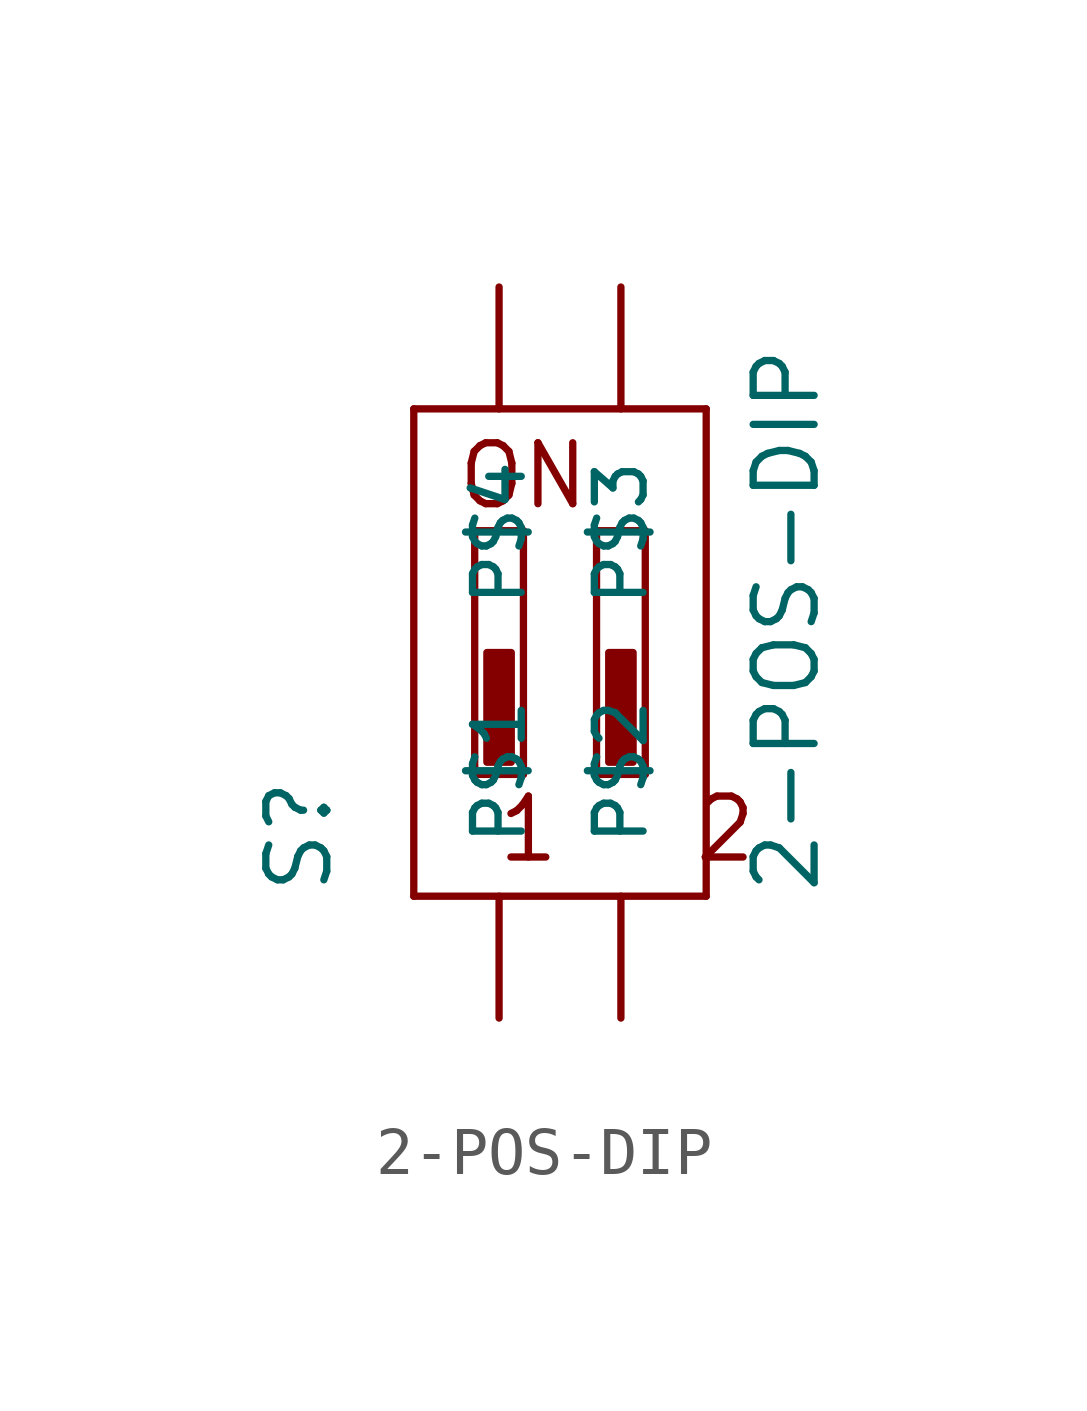
<source format=kicad_sym>
(kicad_symbol_lib
  (version 20211014)
  (generator kicad_symbol_editor)
  (symbol "2-POS-DIP"
    (pin_numbers hide)
    (pin_names
      (offset 1.016))
    (property "Reference" "S"
      (at -3.429 -5.08 90)
      (effects (font (size 1.27 1.27)) (justify left bottom)))
    (property "Value" "2-POS-DIP"
      (at 6.731 -5.08 90)
      (effects (font (size 1.27 1.27)) (justify left bottom)))
    (property "ki_locked" ""
      (at 0 0 0)
      (effects (font (size 1.27 1.27))))
    (symbol "2-POS-DIP_1_0"
      (polyline (pts (xy -1.778 -5.08) (xy -1.778 5.08)) (stroke (width 0) (type default) (color 0 0 0 0)) (fill (type none)))
      (polyline (pts (xy -1.778 5.08) (xy 4.318 5.08)) (stroke (width 0) (type default) (color 0 0 0 0)) (fill (type none)))
      (polyline (pts (xy -0.508 -2.54) (xy 0.508 -2.54)) (stroke (width 0) (type default) (color 0 0 0 0)) (fill (type none)))
      (polyline (pts (xy -0.508 2.54) (xy -0.508 -2.54)) (stroke (width 0) (type default) (color 0 0 0 0)) (fill (type none)))
      (polyline (pts (xy 0.508 -2.54) (xy 0.508 2.54)) (stroke (width 0) (type default) (color 0 0 0 0)) (fill (type none)))
      (polyline (pts (xy 0.508 2.54) (xy -0.508 2.54)) (stroke (width 0) (type default) (color 0 0 0 0)) (fill (type none)))
      (polyline (pts (xy 2.032 -2.54) (xy 3.048 -2.54)) (stroke (width 0) (type default) (color 0 0 0 0)) (fill (type none)))
      (polyline (pts (xy 2.032 2.54) (xy 2.032 -2.54)) (stroke (width 0) (type default) (color 0 0 0 0)) (fill (type none)))
      (polyline (pts (xy 3.048 -2.54) (xy 3.048 2.54)) (stroke (width 0) (type default) (color 0 0 0 0)) (fill (type none)))
      (polyline (pts (xy 3.048 2.54) (xy 2.032 2.54)) (stroke (width 0) (type default) (color 0 0 0 0)) (fill (type none)))
      (polyline (pts (xy 4.318 -5.08) (xy -1.778 -5.08)) (stroke (width 0) (type default) (color 0 0 0 0)) (fill (type none)))
      (polyline (pts (xy 4.318 5.08) (xy 4.318 -5.08)) (stroke (width 0) (type default) (color 0 0 0 0)) (fill (type none)))
      (text "1   2" (at 2.667 -3.683 0) (effects (font (size 1.27 1.27))))
      (text "ON" (at 0.508 3.683 0) (effects (font (size 1.27 1.27)))))
    (symbol "2-POS-DIP_1_1"
      (rectangle (start -0.254 -2.286) (end 0.254 0) (stroke (width 0) (type default) (color 0 0 0 0)) (fill (type outline)))
      (rectangle (start 2.286 -2.286) (end 2.794 0) (stroke (width 0) (type default) (color 0 0 0 0)) (fill (type outline)))
      (pin bidirectional line (at 0 -7.62 90) (length 2.54) (name "P$1" (effects (font (size 1.016 1.016)))) (number "1" (effects (font (size 1.016 1.016)))))
      (pin bidirectional line (at 2.54 -7.62 90) (length 2.54) (name "P$2" (effects (font (size 1.016 1.016)))) (number "2" (effects (font (size 1.016 1.016)))))
      (pin bidirectional line (at 2.54 7.62 270) (length 2.54) (name "P$3" (effects (font (size 1.016 1.016)))) (number "3" (effects (font (size 1.016 1.016)))))
      (pin bidirectional line (at 0 7.62 270) (length 2.54) (name "P$4" (effects (font (size 1.016 1.016)))) (number "4" (effects (font (size 1.016 1.016))))))))
</source>
